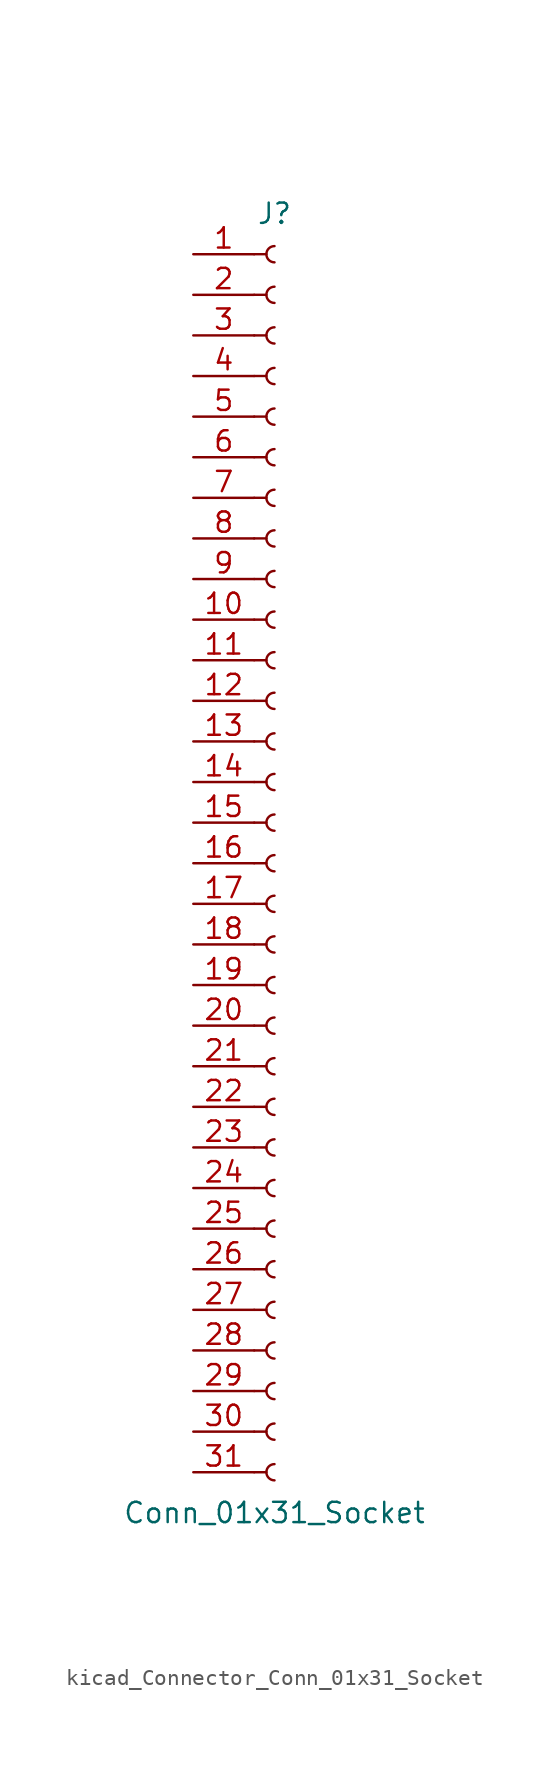
<source format=kicad_sym>
(kicad_symbol_lib
  (version 20220914)
  (generator kicad_symbol_editor)
  (symbol "kicad_Connector_Conn_01x31_Socket"
    (pin_names
      (offset 1.016) hide)
    (property "Reference" "J"
      (at 0 40.64 0)
      (effects (font (size 1.27 1.27))))
    (property "Value" "Conn_01x31_Socket"
      (at 0 -40.64 0)
      (effects (font (size 1.27 1.27))))
    (property "ki_locked" ""
      (at 0 0 0)
      (effects (font (size 1.27 1.27))))
    (symbol "kicad_Connector_Conn_01x31_Socket_1_1"
      (arc (start 0 -37.592) (mid -0.5058 -38.1) (end 0 -38.608) (stroke (width 0.1524) (type default)) (fill (type none)))
      (arc (start 0 -35.052) (mid -0.5058 -35.56) (end 0 -36.068) (stroke (width 0.1524) (type default)) (fill (type none)))
      (arc (start 0 -32.512) (mid -0.5058 -33.02) (end 0 -33.528) (stroke (width 0.1524) (type default)) (fill (type none)))
      (arc (start 0 -29.972) (mid -0.5058 -30.48) (end 0 -30.988) (stroke (width 0.1524) (type default)) (fill (type none)))
      (arc (start 0 -27.432) (mid -0.5058 -27.94) (end 0 -28.448) (stroke (width 0.1524) (type default)) (fill (type none)))
      (arc (start 0 -24.892) (mid -0.5058 -25.4) (end 0 -25.908) (stroke (width 0.1524) (type default)) (fill (type none)))
      (arc (start 0 -22.352) (mid -0.5058 -22.86) (end 0 -23.368) (stroke (width 0.1524) (type default)) (fill (type none)))
      (arc (start 0 -19.812) (mid -0.5058 -20.32) (end 0 -20.828) (stroke (width 0.1524) (type default)) (fill (type none)))
      (arc (start 0 -17.272) (mid -0.5058 -17.78) (end 0 -18.288) (stroke (width 0.1524) (type default)) (fill (type none)))
      (arc (start 0 -14.732) (mid -0.5058 -15.24) (end 0 -15.748) (stroke (width 0.1524) (type default)) (fill (type none)))
      (arc (start 0 -12.192) (mid -0.5058 -12.7) (end 0 -13.208) (stroke (width 0.1524) (type default)) (fill (type none)))
      (arc (start 0 -9.652) (mid -0.5058 -10.16) (end 0 -10.668) (stroke (width 0.1524) (type default)) (fill (type none)))
      (arc (start 0 -7.112) (mid -0.5058 -7.62) (end 0 -8.128) (stroke (width 0.1524) (type default)) (fill (type none)))
      (arc (start 0 -4.572) (mid -0.5058 -5.08) (end 0 -5.588) (stroke (width 0.1524) (type default)) (fill (type none)))
      (arc (start 0 -2.032) (mid -0.5058 -2.54) (end 0 -3.048) (stroke (width 0.1524) (type default)) (fill (type none)))
      (polyline (pts (xy -1.27 -38.1) (xy -0.508 -38.1)) (stroke (width 0.152) (type default)) (fill (type none)))
      (polyline (pts (xy -1.27 -35.56) (xy -0.508 -35.56)) (stroke (width 0.152) (type default)) (fill (type none)))
      (polyline (pts (xy -1.27 -33.02) (xy -0.508 -33.02)) (stroke (width 0.152) (type default)) (fill (type none)))
      (polyline (pts (xy -1.27 -30.48) (xy -0.508 -30.48)) (stroke (width 0.152) (type default)) (fill (type none)))
      (polyline (pts (xy -1.27 -27.94) (xy -0.508 -27.94)) (stroke (width 0.152) (type default)) (fill (type none)))
      (polyline (pts (xy -1.27 -25.4) (xy -0.508 -25.4)) (stroke (width 0.152) (type default)) (fill (type none)))
      (polyline (pts (xy -1.27 -22.86) (xy -0.508 -22.86)) (stroke (width 0.152) (type default)) (fill (type none)))
      (polyline (pts (xy -1.27 -20.32) (xy -0.508 -20.32)) (stroke (width 0.152) (type default)) (fill (type none)))
      (polyline (pts (xy -1.27 -17.78) (xy -0.508 -17.78)) (stroke (width 0.152) (type default)) (fill (type none)))
      (polyline (pts (xy -1.27 -15.24) (xy -0.508 -15.24)) (stroke (width 0.152) (type default)) (fill (type none)))
      (polyline (pts (xy -1.27 -12.7) (xy -0.508 -12.7)) (stroke (width 0.152) (type default)) (fill (type none)))
      (polyline (pts (xy -1.27 -10.16) (xy -0.508 -10.16)) (stroke (width 0.152) (type default)) (fill (type none)))
      (polyline (pts (xy -1.27 -7.62) (xy -0.508 -7.62)) (stroke (width 0.152) (type default)) (fill (type none)))
      (polyline (pts (xy -1.27 -5.08) (xy -0.508 -5.08)) (stroke (width 0.152) (type default)) (fill (type none)))
      (polyline (pts (xy -1.27 -2.54) (xy -0.508 -2.54)) (stroke (width 0.152) (type default)) (fill (type none)))
      (polyline (pts (xy -1.27 0) (xy -0.508 0)) (stroke (width 0.152) (type default)) (fill (type none)))
      (polyline (pts (xy -1.27 2.54) (xy -0.508 2.54)) (stroke (width 0.152) (type default)) (fill (type none)))
      (polyline (pts (xy -1.27 5.08) (xy -0.508 5.08)) (stroke (width 0.152) (type default)) (fill (type none)))
      (polyline (pts (xy -1.27 7.62) (xy -0.508 7.62)) (stroke (width 0.152) (type default)) (fill (type none)))
      (polyline (pts (xy -1.27 10.16) (xy -0.508 10.16)) (stroke (width 0.152) (type default)) (fill (type none)))
      (polyline (pts (xy -1.27 12.7) (xy -0.508 12.7)) (stroke (width 0.152) (type default)) (fill (type none)))
      (polyline (pts (xy -1.27 15.24) (xy -0.508 15.24)) (stroke (width 0.152) (type default)) (fill (type none)))
      (polyline (pts (xy -1.27 17.78) (xy -0.508 17.78)) (stroke (width 0.152) (type default)) (fill (type none)))
      (polyline (pts (xy -1.27 20.32) (xy -0.508 20.32)) (stroke (width 0.152) (type default)) (fill (type none)))
      (polyline (pts (xy -1.27 22.86) (xy -0.508 22.86)) (stroke (width 0.152) (type default)) (fill (type none)))
      (polyline (pts (xy -1.27 25.4) (xy -0.508 25.4)) (stroke (width 0.152) (type default)) (fill (type none)))
      (polyline (pts (xy -1.27 27.94) (xy -0.508 27.94)) (stroke (width 0.152) (type default)) (fill (type none)))
      (polyline (pts (xy -1.27 30.48) (xy -0.508 30.48)) (stroke (width 0.152) (type default)) (fill (type none)))
      (polyline (pts (xy -1.27 33.02) (xy -0.508 33.02)) (stroke (width 0.152) (type default)) (fill (type none)))
      (polyline (pts (xy -1.27 35.56) (xy -0.508 35.56)) (stroke (width 0.152) (type default)) (fill (type none)))
      (polyline (pts (xy -1.27 38.1) (xy -0.508 38.1)) (stroke (width 0.152) (type default)) (fill (type none)))
      (arc (start 0 0.508) (mid -0.5058 0) (end 0 -0.508) (stroke (width 0.1524) (type default)) (fill (type none)))
      (arc (start 0 3.048) (mid -0.5058 2.54) (end 0 2.032) (stroke (width 0.1524) (type default)) (fill (type none)))
      (arc (start 0 5.588) (mid -0.5058 5.08) (end 0 4.572) (stroke (width 0.1524) (type default)) (fill (type none)))
      (arc (start 0 8.128) (mid -0.5058 7.62) (end 0 7.112) (stroke (width 0.1524) (type default)) (fill (type none)))
      (arc (start 0 10.668) (mid -0.5058 10.16) (end 0 9.652) (stroke (width 0.1524) (type default)) (fill (type none)))
      (arc (start 0 13.208) (mid -0.5058 12.7) (end 0 12.192) (stroke (width 0.1524) (type default)) (fill (type none)))
      (arc (start 0 15.748) (mid -0.5058 15.24) (end 0 14.732) (stroke (width 0.1524) (type default)) (fill (type none)))
      (arc (start 0 18.288) (mid -0.5058 17.78) (end 0 17.272) (stroke (width 0.1524) (type default)) (fill (type none)))
      (arc (start 0 20.828) (mid -0.5058 20.32) (end 0 19.812) (stroke (width 0.1524) (type default)) (fill (type none)))
      (arc (start 0 23.368) (mid -0.5058 22.86) (end 0 22.352) (stroke (width 0.1524) (type default)) (fill (type none)))
      (arc (start 0 25.908) (mid -0.5058 25.4) (end 0 24.892) (stroke (width 0.1524) (type default)) (fill (type none)))
      (arc (start 0 28.448) (mid -0.5058 27.94) (end 0 27.432) (stroke (width 0.1524) (type default)) (fill (type none)))
      (arc (start 0 30.988) (mid -0.5058 30.48) (end 0 29.972) (stroke (width 0.1524) (type default)) (fill (type none)))
      (arc (start 0 33.528) (mid -0.5058 33.02) (end 0 32.512) (stroke (width 0.1524) (type default)) (fill (type none)))
      (arc (start 0 36.068) (mid -0.5058 35.56) (end 0 35.052) (stroke (width 0.1524) (type default)) (fill (type none)))
      (arc (start 0 38.608) (mid -0.5058 38.1) (end 0 37.592) (stroke (width 0.1524) (type default)) (fill (type none)))
      (pin passive line (at -5.08 38.1 0) (length 3.81) (name "Pin_1" (effects (font (size 1.27 1.27)))) (number "1" (effects (font (size 1.27 1.27)))))
      (pin passive line (at -5.08 15.24 0) (length 3.81) (name "Pin_10" (effects (font (size 1.27 1.27)))) (number "10" (effects (font (size 1.27 1.27)))))
      (pin passive line (at -5.08 12.7 0) (length 3.81) (name "Pin_11" (effects (font (size 1.27 1.27)))) (number "11" (effects (font (size 1.27 1.27)))))
      (pin passive line (at -5.08 10.16 0) (length 3.81) (name "Pin_12" (effects (font (size 1.27 1.27)))) (number "12" (effects (font (size 1.27 1.27)))))
      (pin passive line (at -5.08 7.62 0) (length 3.81) (name "Pin_13" (effects (font (size 1.27 1.27)))) (number "13" (effects (font (size 1.27 1.27)))))
      (pin passive line (at -5.08 5.08 0) (length 3.81) (name "Pin_14" (effects (font (size 1.27 1.27)))) (number "14" (effects (font (size 1.27 1.27)))))
      (pin passive line (at -5.08 2.54 0) (length 3.81) (name "Pin_15" (effects (font (size 1.27 1.27)))) (number "15" (effects (font (size 1.27 1.27)))))
      (pin passive line (at -5.08 0 0) (length 3.81) (name "Pin_16" (effects (font (size 1.27 1.27)))) (number "16" (effects (font (size 1.27 1.27)))))
      (pin passive line (at -5.08 -2.54 0) (length 3.81) (name "Pin_17" (effects (font (size 1.27 1.27)))) (number "17" (effects (font (size 1.27 1.27)))))
      (pin passive line (at -5.08 -5.08 0) (length 3.81) (name "Pin_18" (effects (font (size 1.27 1.27)))) (number "18" (effects (font (size 1.27 1.27)))))
      (pin passive line (at -5.08 -7.62 0) (length 3.81) (name "Pin_19" (effects (font (size 1.27 1.27)))) (number "19" (effects (font (size 1.27 1.27)))))
      (pin passive line (at -5.08 35.56 0) (length 3.81) (name "Pin_2" (effects (font (size 1.27 1.27)))) (number "2" (effects (font (size 1.27 1.27)))))
      (pin passive line (at -5.08 -10.16 0) (length 3.81) (name "Pin_20" (effects (font (size 1.27 1.27)))) (number "20" (effects (font (size 1.27 1.27)))))
      (pin passive line (at -5.08 -12.7 0) (length 3.81) (name "Pin_21" (effects (font (size 1.27 1.27)))) (number "21" (effects (font (size 1.27 1.27)))))
      (pin passive line (at -5.08 -15.24 0) (length 3.81) (name "Pin_22" (effects (font (size 1.27 1.27)))) (number "22" (effects (font (size 1.27 1.27)))))
      (pin passive line (at -5.08 -17.78 0) (length 3.81) (name "Pin_23" (effects (font (size 1.27 1.27)))) (number "23" (effects (font (size 1.27 1.27)))))
      (pin passive line (at -5.08 -20.32 0) (length 3.81) (name "Pin_24" (effects (font (size 1.27 1.27)))) (number "24" (effects (font (size 1.27 1.27)))))
      (pin passive line (at -5.08 -22.86 0) (length 3.81) (name "Pin_25" (effects (font (size 1.27 1.27)))) (number "25" (effects (font (size 1.27 1.27)))))
      (pin passive line (at -5.08 -25.4 0) (length 3.81) (name "Pin_26" (effects (font (size 1.27 1.27)))) (number "26" (effects (font (size 1.27 1.27)))))
      (pin passive line (at -5.08 -27.94 0) (length 3.81) (name "Pin_27" (effects (font (size 1.27 1.27)))) (number "27" (effects (font (size 1.27 1.27)))))
      (pin passive line (at -5.08 -30.48 0) (length 3.81) (name "Pin_28" (effects (font (size 1.27 1.27)))) (number "28" (effects (font (size 1.27 1.27)))))
      (pin passive line (at -5.08 -33.02 0) (length 3.81) (name "Pin_29" (effects (font (size 1.27 1.27)))) (number "29" (effects (font (size 1.27 1.27)))))
      (pin passive line (at -5.08 33.02 0) (length 3.81) (name "Pin_3" (effects (font (size 1.27 1.27)))) (number "3" (effects (font (size 1.27 1.27)))))
      (pin passive line (at -5.08 -35.56 0) (length 3.81) (name "Pin_30" (effects (font (size 1.27 1.27)))) (number "30" (effects (font (size 1.27 1.27)))))
      (pin passive line (at -5.08 -38.1 0) (length 3.81) (name "Pin_31" (effects (font (size 1.27 1.27)))) (number "31" (effects (font (size 1.27 1.27)))))
      (pin passive line (at -5.08 30.48 0) (length 3.81) (name "Pin_4" (effects (font (size 1.27 1.27)))) (number "4" (effects (font (size 1.27 1.27)))))
      (pin passive line (at -5.08 27.94 0) (length 3.81) (name "Pin_5" (effects (font (size 1.27 1.27)))) (number "5" (effects (font (size 1.27 1.27)))))
      (pin passive line (at -5.08 25.4 0) (length 3.81) (name "Pin_6" (effects (font (size 1.27 1.27)))) (number "6" (effects (font (size 1.27 1.27)))))
      (pin passive line (at -5.08 22.86 0) (length 3.81) (name "Pin_7" (effects (font (size 1.27 1.27)))) (number "7" (effects (font (size 1.27 1.27)))))
      (pin passive line (at -5.08 20.32 0) (length 3.81) (name "Pin_8" (effects (font (size 1.27 1.27)))) (number "8" (effects (font (size 1.27 1.27)))))
      (pin passive line (at -5.08 17.78 0) (length 3.81) (name "Pin_9" (effects (font (size 1.27 1.27)))) (number "9" (effects (font (size 1.27 1.27))))))))
</source>
